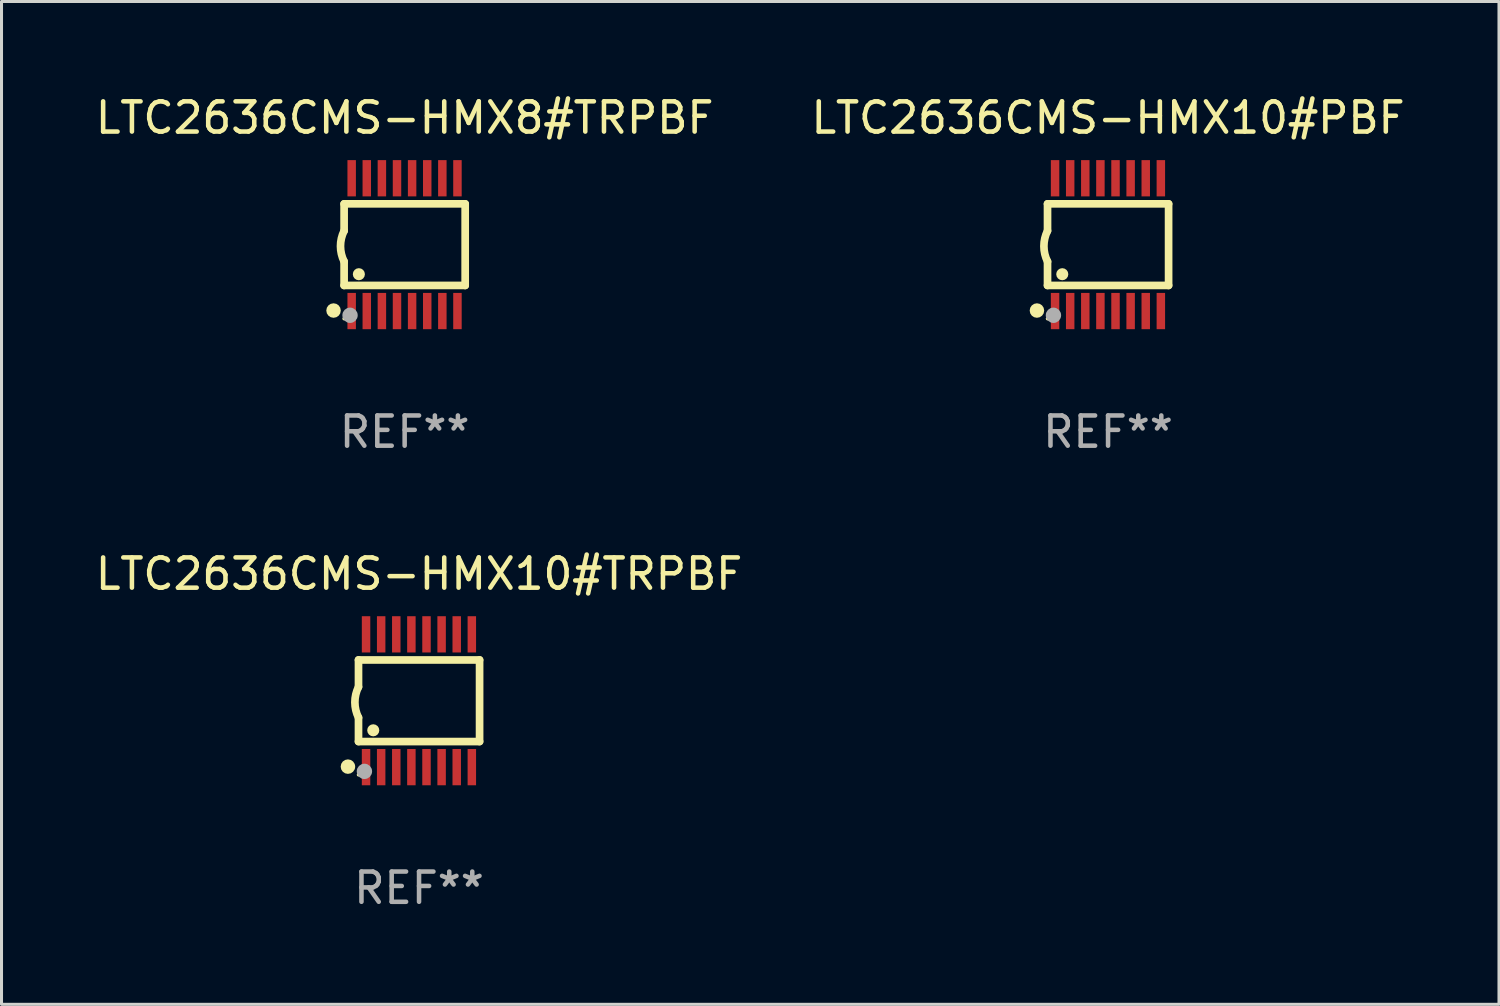
<source format=kicad_pcb>
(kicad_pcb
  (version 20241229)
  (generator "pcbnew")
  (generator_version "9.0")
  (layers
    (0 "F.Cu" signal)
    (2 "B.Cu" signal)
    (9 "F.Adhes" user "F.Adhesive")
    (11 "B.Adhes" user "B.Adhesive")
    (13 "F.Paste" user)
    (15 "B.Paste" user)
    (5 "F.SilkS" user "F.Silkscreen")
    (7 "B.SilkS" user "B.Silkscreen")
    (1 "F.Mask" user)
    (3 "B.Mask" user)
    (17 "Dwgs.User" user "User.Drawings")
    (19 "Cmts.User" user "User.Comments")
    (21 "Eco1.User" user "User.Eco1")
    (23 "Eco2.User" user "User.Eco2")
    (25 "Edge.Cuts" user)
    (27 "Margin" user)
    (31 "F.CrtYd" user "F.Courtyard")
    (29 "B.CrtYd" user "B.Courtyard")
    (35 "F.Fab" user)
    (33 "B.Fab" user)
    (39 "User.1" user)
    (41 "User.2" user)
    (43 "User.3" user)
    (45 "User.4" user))
  (footprint "LTC2636CMS-HMX8#TRPBF"
    (layer "F.Cu")
    (at 10.339 5.045)
    (property "Reference" "LTC2636CMS-HMX8#TRPBF" (at 0 -4.197 0) (layer "F.SilkS") (effects (font (size 1 1) (thickness 0.15))))
    (attr through_hole)
    (fp_line (start -2.003 -1.35) (end -2.003 -0.457) (stroke (width 0.254) (type solid)) (layer "F.SilkS"))
    (fp_line (start -2.003 -1.35) (end 2.003 -1.35) (stroke (width 0.254) (type solid)) (layer "F.SilkS"))
    (fp_line (start -2.003 1.35) (end -2.003 0.559) (stroke (width 0.254) (type solid)) (layer "F.SilkS"))
    (fp_line (start -2.003 1.35) (end 2.003 1.35) (stroke (width 0.254) (type solid)) (layer "F.SilkS"))
    (fp_line (start 2.003 -1.35) (end 2.003 1.35) (stroke (width 0.254) (type solid)) (layer "F.SilkS"))
    (fp_arc (start -2.002286 0.558802) (mid -2.122556 0.05092) (end -2.003302 -0.457201) (stroke (width 0.254001) (type solid)) (layer "F.SilkS"))
    (fp_circle (center -2.353 2.18) (end -2.233 2.18) (stroke (width 0.24) (type solid)) (fill no) (layer "F.SilkS"))
    (fp_circle (center -2.003 2.45) (end -1.973 2.45) (stroke (width 0.06) (type solid)) (fill no) (layer "F.SilkS"))
    (fp_circle (center -1.515 0.978) (end -1.415 0.978) (stroke (width 0.2) (type solid)) (fill no) (layer "F.SilkS"))
    (fp_circle (center -1.807 2.337) (end -1.68 2.337) (stroke (width 0.254) (type solid)) (fill no) (layer "F.Fab"))
    (fp_text user "REF**" (at 0 6.197 0) (layer "F.Fab") (effects (font (size 1 1) (thickness 0.15))))
    (pad "1" smd rect (at -1.753 2.197 90) (size 1.2 0.28) (layers "F.Cu" "F.Mask" "F.Paste"))
    (pad "2" smd rect (at -1.253 2.197 90) (size 1.2 0.28) (layers "F.Cu" "F.Mask" "F.Paste"))
    (pad "3" smd rect (at -0.753 2.197 90) (size 1.2 0.28) (layers "F.Cu" "F.Mask" "F.Paste"))
    (pad "4" smd rect (at -0.253 2.197 90) (size 1.2 0.28) (layers "F.Cu" "F.Mask" "F.Paste"))
    (pad "5" smd rect (at 0.247 2.197 90) (size 1.2 0.28) (layers "F.Cu" "F.Mask" "F.Paste"))
    (pad "6" smd rect (at 0.747 2.197 90) (size 1.2 0.28) (layers "F.Cu" "F.Mask" "F.Paste"))
    (pad "7" smd rect (at 1.247 2.197 90) (size 1.2 0.28) (layers "F.Cu" "F.Mask" "F.Paste"))
    (pad "8" smd rect (at 1.747 2.197 90) (size 1.2 0.28) (layers "F.Cu" "F.Mask" "F.Paste"))
    (pad "9" smd rect (at 1.747 -2.197 90) (size 1.2 0.28) (layers "F.Cu" "F.Mask" "F.Paste"))
    (pad "10" smd rect (at 1.247 -2.197 90) (size 1.2 0.28) (layers "F.Cu" "F.Mask" "F.Paste"))
    (pad "11" smd rect (at 0.747 -2.197 90) (size 1.2 0.28) (layers "F.Cu" "F.Mask" "F.Paste"))
    (pad "12" smd rect (at 0.247 -2.197 90) (size 1.2 0.28) (layers "F.Cu" "F.Mask" "F.Paste"))
    (pad "13" smd rect (at -0.253 -2.197 90) (size 1.2 0.28) (layers "F.Cu" "F.Mask" "F.Paste"))
    (pad "14" smd rect (at -0.753 -2.197 90) (size 1.2 0.28) (layers "F.Cu" "F.Mask" "F.Paste"))
    (pad "15" smd rect (at -1.253 -2.197 90) (size 1.2 0.28) (layers "F.Cu" "F.Mask" "F.Paste"))
    (pad "16" smd rect (at -1.753 -2.197 90) (size 1.2 0.28) (layers "F.Cu" "F.Mask" "F.Paste")))
  (footprint "LTC2636CMS-HMX10#TRPBF"
    (layer "F.Cu")
    (at 10.815 20.136)
    (property "Reference" "LTC2636CMS-HMX10#TRPBF" (at 0 -4.197 0) (layer "F.SilkS") (effects (font (size 1 1) (thickness 0.15))))
    (attr through_hole)
    (fp_line (start -2.003 -1.35) (end -2.003 -0.457) (stroke (width 0.254) (type solid)) (layer "F.SilkS"))
    (fp_line (start -2.003 -1.35) (end 2.003 -1.35) (stroke (width 0.254) (type solid)) (layer "F.SilkS"))
    (fp_line (start -2.003 1.35) (end -2.003 0.559) (stroke (width 0.254) (type solid)) (layer "F.SilkS"))
    (fp_line (start -2.003 1.35) (end 2.003 1.35) (stroke (width 0.254) (type solid)) (layer "F.SilkS"))
    (fp_line (start 2.003 -1.35) (end 2.003 1.35) (stroke (width 0.254) (type solid)) (layer "F.SilkS"))
    (fp_arc (start -2.002286 0.558802) (mid -2.122556 0.05092) (end -2.003302 -0.457201) (stroke (width 0.254001) (type solid)) (layer "F.SilkS"))
    (fp_circle (center -2.353 2.18) (end -2.233 2.18) (stroke (width 0.24) (type solid)) (fill no) (layer "F.SilkS"))
    (fp_circle (center -2.003 2.45) (end -1.973 2.45) (stroke (width 0.06) (type solid)) (fill no) (layer "F.SilkS"))
    (fp_circle (center -1.515 0.978) (end -1.415 0.978) (stroke (width 0.2) (type solid)) (fill no) (layer "F.SilkS"))
    (fp_circle (center -1.807 2.337) (end -1.68 2.337) (stroke (width 0.254) (type solid)) (fill no) (layer "F.Fab"))
    (fp_text user "REF**" (at 0 6.197 0) (layer "F.Fab") (effects (font (size 1 1) (thickness 0.15))))
    (pad "1" smd rect (at -1.753 2.197 90) (size 1.2 0.28) (layers "F.Cu" "F.Mask" "F.Paste"))
    (pad "2" smd rect (at -1.253 2.197 90) (size 1.2 0.28) (layers "F.Cu" "F.Mask" "F.Paste"))
    (pad "3" smd rect (at -0.753 2.197 90) (size 1.2 0.28) (layers "F.Cu" "F.Mask" "F.Paste"))
    (pad "4" smd rect (at -0.253 2.197 90) (size 1.2 0.28) (layers "F.Cu" "F.Mask" "F.Paste"))
    (pad "5" smd rect (at 0.247 2.197 90) (size 1.2 0.28) (layers "F.Cu" "F.Mask" "F.Paste"))
    (pad "6" smd rect (at 0.747 2.197 90) (size 1.2 0.28) (layers "F.Cu" "F.Mask" "F.Paste"))
    (pad "7" smd rect (at 1.247 2.197 90) (size 1.2 0.28) (layers "F.Cu" "F.Mask" "F.Paste"))
    (pad "8" smd rect (at 1.747 2.197 90) (size 1.2 0.28) (layers "F.Cu" "F.Mask" "F.Paste"))
    (pad "9" smd rect (at 1.747 -2.197 90) (size 1.2 0.28) (layers "F.Cu" "F.Mask" "F.Paste"))
    (pad "10" smd rect (at 1.247 -2.197 90) (size 1.2 0.28) (layers "F.Cu" "F.Mask" "F.Paste"))
    (pad "11" smd rect (at 0.747 -2.197 90) (size 1.2 0.28) (layers "F.Cu" "F.Mask" "F.Paste"))
    (pad "12" smd rect (at 0.247 -2.197 90) (size 1.2 0.28) (layers "F.Cu" "F.Mask" "F.Paste"))
    (pad "13" smd rect (at -0.253 -2.197 90) (size 1.2 0.28) (layers "F.Cu" "F.Mask" "F.Paste"))
    (pad "14" smd rect (at -0.753 -2.197 90) (size 1.2 0.28) (layers "F.Cu" "F.Mask" "F.Paste"))
    (pad "15" smd rect (at -1.253 -2.197 90) (size 1.2 0.28) (layers "F.Cu" "F.Mask" "F.Paste"))
    (pad "16" smd rect (at -1.753 -2.197 90) (size 1.2 0.28) (layers "F.Cu" "F.Mask" "F.Paste")))
  (footprint "LTC2636CMS-HMX10#PBF"
    (layer "F.Cu")
    (at 33.613 5.045)
    (property "Reference" "LTC2636CMS-HMX10#PBF" (at 0 -4.197 0) (layer "F.SilkS") (effects (font (size 1 1) (thickness 0.15))))
    (attr through_hole)
    (fp_line (start -2.003 -1.35) (end -2.003 -0.457) (stroke (width 0.254) (type solid)) (layer "F.SilkS"))
    (fp_line (start -2.003 -1.35) (end 2.003 -1.35) (stroke (width 0.254) (type solid)) (layer "F.SilkS"))
    (fp_line (start -2.003 1.35) (end -2.003 0.559) (stroke (width 0.254) (type solid)) (layer "F.SilkS"))
    (fp_line (start -2.003 1.35) (end 2.003 1.35) (stroke (width 0.254) (type solid)) (layer "F.SilkS"))
    (fp_line (start 2.003 -1.35) (end 2.003 1.35) (stroke (width 0.254) (type solid)) (layer "F.SilkS"))
    (fp_arc (start -2.002286 0.558802) (mid -2.122556 0.05092) (end -2.003302 -0.457201) (stroke (width 0.254001) (type solid)) (layer "F.SilkS"))
    (fp_circle (center -2.353 2.18) (end -2.233 2.18) (stroke (width 0.24) (type solid)) (fill no) (layer "F.SilkS"))
    (fp_circle (center -2.003 2.45) (end -1.973 2.45) (stroke (width 0.06) (type solid)) (fill no) (layer "F.SilkS"))
    (fp_circle (center -1.515 0.978) (end -1.415 0.978) (stroke (width 0.2) (type solid)) (fill no) (layer "F.SilkS"))
    (fp_circle (center -1.807 2.337) (end -1.68 2.337) (stroke (width 0.254) (type solid)) (fill no) (layer "F.Fab"))
    (fp_text user "REF**" (at 0 6.197 0) (layer "F.Fab") (effects (font (size 1 1) (thickness 0.15))))
    (pad "1" smd rect (at -1.753 2.197 90) (size 1.2 0.28) (layers "F.Cu" "F.Mask" "F.Paste"))
    (pad "2" smd rect (at -1.253 2.197 90) (size 1.2 0.28) (layers "F.Cu" "F.Mask" "F.Paste"))
    (pad "3" smd rect (at -0.753 2.197 90) (size 1.2 0.28) (layers "F.Cu" "F.Mask" "F.Paste"))
    (pad "4" smd rect (at -0.253 2.197 90) (size 1.2 0.28) (layers "F.Cu" "F.Mask" "F.Paste"))
    (pad "5" smd rect (at 0.247 2.197 90) (size 1.2 0.28) (layers "F.Cu" "F.Mask" "F.Paste"))
    (pad "6" smd rect (at 0.747 2.197 90) (size 1.2 0.28) (layers "F.Cu" "F.Mask" "F.Paste"))
    (pad "7" smd rect (at 1.247 2.197 90) (size 1.2 0.28) (layers "F.Cu" "F.Mask" "F.Paste"))
    (pad "8" smd rect (at 1.747 2.197 90) (size 1.2 0.28) (layers "F.Cu" "F.Mask" "F.Paste"))
    (pad "9" smd rect (at 1.747 -2.197 90) (size 1.2 0.28) (layers "F.Cu" "F.Mask" "F.Paste"))
    (pad "10" smd rect (at 1.247 -2.197 90) (size 1.2 0.28) (layers "F.Cu" "F.Mask" "F.Paste"))
    (pad "11" smd rect (at 0.747 -2.197 90) (size 1.2 0.28) (layers "F.Cu" "F.Mask" "F.Paste"))
    (pad "12" smd rect (at 0.247 -2.197 90) (size 1.2 0.28) (layers "F.Cu" "F.Mask" "F.Paste"))
    (pad "13" smd rect (at -0.253 -2.197 90) (size 1.2 0.28) (layers "F.Cu" "F.Mask" "F.Paste"))
    (pad "14" smd rect (at -0.753 -2.197 90) (size 1.2 0.28) (layers "F.Cu" "F.Mask" "F.Paste"))
    (pad "15" smd rect (at -1.253 -2.197 90) (size 1.2 0.28) (layers "F.Cu" "F.Mask" "F.Paste"))
    (pad "16" smd rect (at -1.753 -2.197 90) (size 1.2 0.28) (layers "F.Cu" "F.Mask" "F.Paste")))
  (gr_rect
    (start -3 -3)
    (end 46.548 30.181)
    (stroke (width 0.1) (type default))
    (fill no)
    (layer "Edge.Cuts")))
</source>
